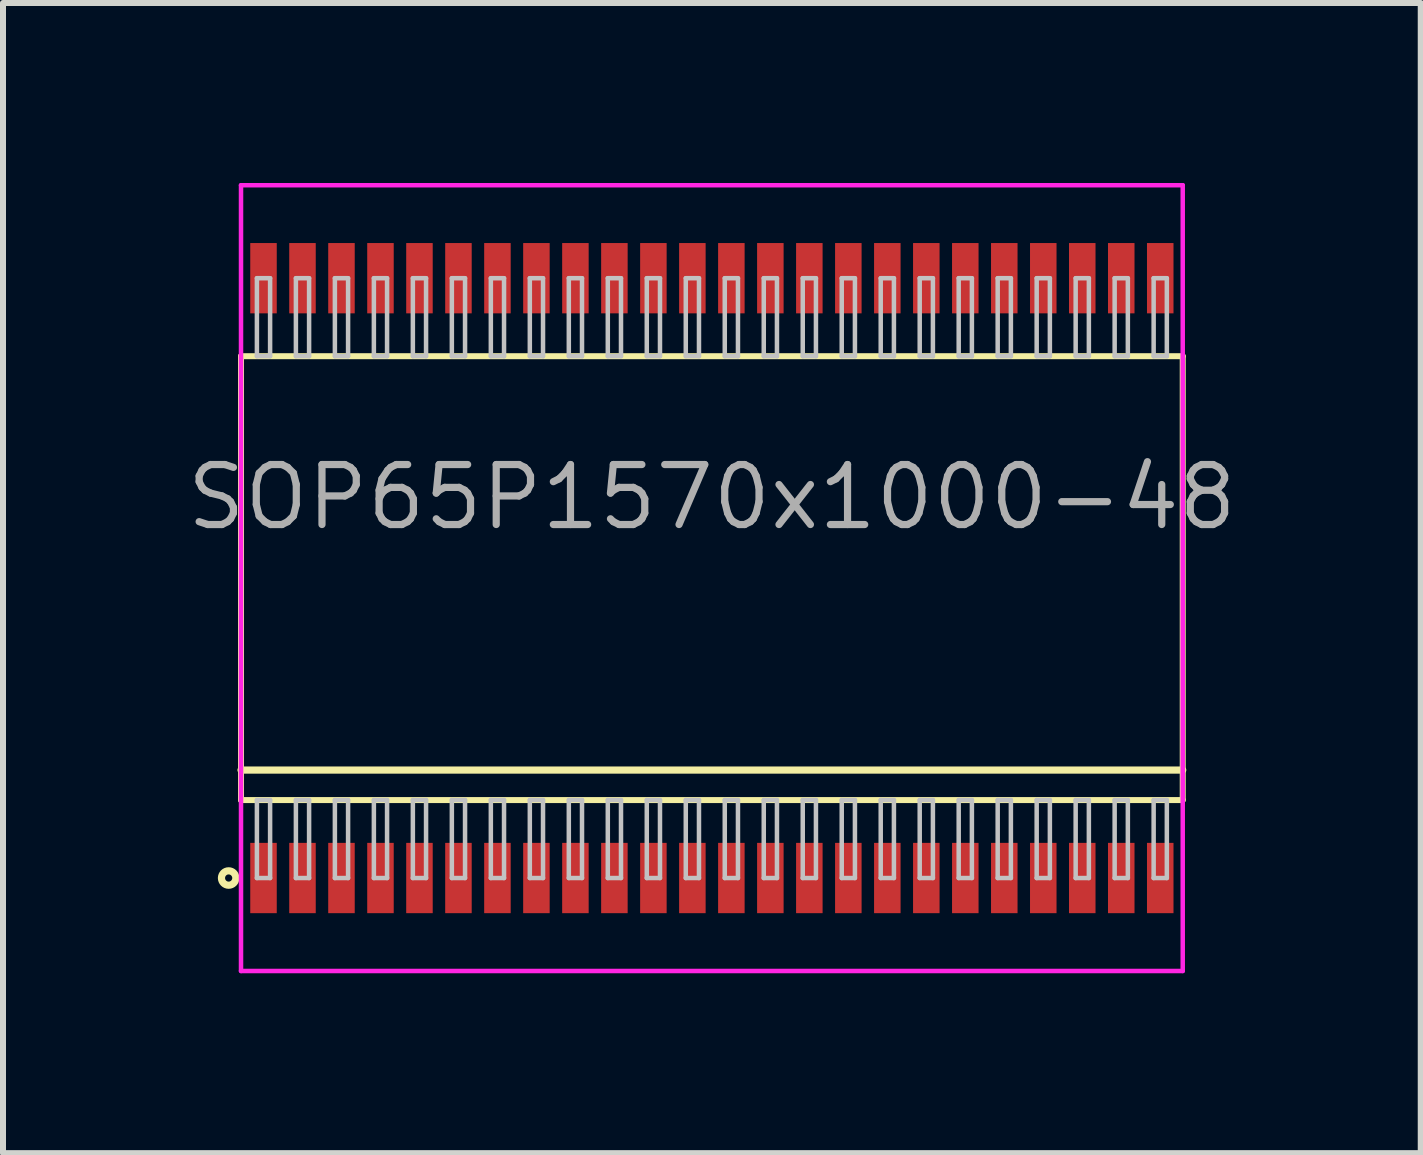
<source format=kicad_pcb>
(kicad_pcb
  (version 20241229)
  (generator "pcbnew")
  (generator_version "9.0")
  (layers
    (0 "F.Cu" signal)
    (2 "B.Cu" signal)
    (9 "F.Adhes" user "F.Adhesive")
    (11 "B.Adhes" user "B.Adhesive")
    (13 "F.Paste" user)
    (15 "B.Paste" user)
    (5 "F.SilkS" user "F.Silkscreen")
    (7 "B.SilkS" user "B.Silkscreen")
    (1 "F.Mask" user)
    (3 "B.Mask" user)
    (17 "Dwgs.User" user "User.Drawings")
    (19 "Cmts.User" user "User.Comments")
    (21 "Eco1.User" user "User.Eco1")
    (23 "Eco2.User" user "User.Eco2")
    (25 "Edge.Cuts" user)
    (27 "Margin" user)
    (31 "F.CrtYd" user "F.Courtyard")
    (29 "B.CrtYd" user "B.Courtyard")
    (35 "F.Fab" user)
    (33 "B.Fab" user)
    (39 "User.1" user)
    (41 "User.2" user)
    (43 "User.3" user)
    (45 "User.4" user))
  (footprint "SOP65P1570x1000-48"
    (layer "F.Cu")
    (at 8.818 6.588)
    (property "Reference" "SOP65P1570x1000-48" (at 0 -1.35 0) (layer "F.Fab") (effects (font (size 1 1) (thickness 0.12))))
    (attr through_hole)
    (fp_line (start -7.85 -3.7) (end -7.85 3.7) (stroke (width 0.1) (type solid)) (layer "F.SilkS"))
    (fp_line (start -7.85 3.2) (end 7.85 3.2) (stroke (width 0.12) (type solid)) (layer "F.SilkS"))
    (fp_line (start -7.85 3.7) (end 7.85 3.7) (stroke (width 0.1) (type solid)) (layer "F.SilkS"))
    (fp_line (start 7.85 -3.7) (end -7.85 -3.7) (stroke (width 0.1) (type solid)) (layer "F.SilkS"))
    (fp_line (start 7.85 3.7) (end 7.85 -3.7) (stroke (width 0.1) (type solid)) (layer "F.SilkS"))
    (fp_circle (center -8.056 5) (end -7.936 5) (stroke (width 0.12) (type solid)) (fill no) (layer "F.SilkS"))
    (fp_line (start -7.585 -5) (end -7.585 -3.7) (stroke (width 0.075) (type solid)) (layer "Dwgs.User"))
    (fp_line (start -7.585 -3.7) (end -7.365 -3.7) (stroke (width 0.075) (type solid)) (layer "Dwgs.User"))
    (fp_line (start -7.585 3.7) (end -7.365 3.7) (stroke (width 0.075) (type solid)) (layer "Dwgs.User"))
    (fp_line (start -7.585 5) (end -7.585 3.7) (stroke (width 0.075) (type solid)) (layer "Dwgs.User"))
    (fp_line (start -7.365 -5) (end -7.585 -5) (stroke (width 0.075) (type solid)) (layer "Dwgs.User"))
    (fp_line (start -7.365 -3.7) (end -7.365 -5) (stroke (width 0.075) (type solid)) (layer "Dwgs.User"))
    (fp_line (start -7.365 3.7) (end -7.365 5) (stroke (width 0.075) (type solid)) (layer "Dwgs.User"))
    (fp_line (start -7.365 5) (end -7.585 5) (stroke (width 0.075) (type solid)) (layer "Dwgs.User"))
    (fp_line (start -6.935 -5) (end -6.935 -3.7) (stroke (width 0.075) (type solid)) (layer "Dwgs.User"))
    (fp_line (start -6.935 -3.7) (end -6.715 -3.7) (stroke (width 0.075) (type solid)) (layer "Dwgs.User"))
    (fp_line (start -6.935 3.7) (end -6.715 3.7) (stroke (width 0.075) (type solid)) (layer "Dwgs.User"))
    (fp_line (start -6.935 5) (end -6.935 3.7) (stroke (width 0.075) (type solid)) (layer "Dwgs.User"))
    (fp_line (start -6.715 -5) (end -6.935 -5) (stroke (width 0.075) (type solid)) (layer "Dwgs.User"))
    (fp_line (start -6.715 -3.7) (end -6.715 -5) (stroke (width 0.075) (type solid)) (layer "Dwgs.User"))
    (fp_line (start -6.715 3.7) (end -6.715 5) (stroke (width 0.075) (type solid)) (layer "Dwgs.User"))
    (fp_line (start -6.715 5) (end -6.935 5) (stroke (width 0.075) (type solid)) (layer "Dwgs.User"))
    (fp_line (start -6.285 -5) (end -6.285 -3.7) (stroke (width 0.075) (type solid)) (layer "Dwgs.User"))
    (fp_line (start -6.285 -3.7) (end -6.065 -3.7) (stroke (width 0.075) (type solid)) (layer "Dwgs.User"))
    (fp_line (start -6.285 3.7) (end -6.065 3.7) (stroke (width 0.075) (type solid)) (layer "Dwgs.User"))
    (fp_line (start -6.285 5) (end -6.285 3.7) (stroke (width 0.075) (type solid)) (layer "Dwgs.User"))
    (fp_line (start -6.065 -5) (end -6.285 -5) (stroke (width 0.075) (type solid)) (layer "Dwgs.User"))
    (fp_line (start -6.065 -3.7) (end -6.065 -5) (stroke (width 0.075) (type solid)) (layer "Dwgs.User"))
    (fp_line (start -6.065 3.7) (end -6.065 5) (stroke (width 0.075) (type solid)) (layer "Dwgs.User"))
    (fp_line (start -6.065 5) (end -6.285 5) (stroke (width 0.075) (type solid)) (layer "Dwgs.User"))
    (fp_line (start -5.635 -5) (end -5.635 -3.7) (stroke (width 0.075) (type solid)) (layer "Dwgs.User"))
    (fp_line (start -5.635 -3.7) (end -5.415 -3.7) (stroke (width 0.075) (type solid)) (layer "Dwgs.User"))
    (fp_line (start -5.635 3.7) (end -5.415 3.7) (stroke (width 0.075) (type solid)) (layer "Dwgs.User"))
    (fp_line (start -5.635 5) (end -5.635 3.7) (stroke (width 0.075) (type solid)) (layer "Dwgs.User"))
    (fp_line (start -5.415 -5) (end -5.635 -5) (stroke (width 0.075) (type solid)) (layer "Dwgs.User"))
    (fp_line (start -5.415 -3.7) (end -5.415 -5) (stroke (width 0.075) (type solid)) (layer "Dwgs.User"))
    (fp_line (start -5.415 3.7) (end -5.415 5) (stroke (width 0.075) (type solid)) (layer "Dwgs.User"))
    (fp_line (start -5.415 5) (end -5.635 5) (stroke (width 0.075) (type solid)) (layer "Dwgs.User"))
    (fp_line (start -4.985 -5) (end -4.985 -3.7) (stroke (width 0.075) (type solid)) (layer "Dwgs.User"))
    (fp_line (start -4.985 -3.7) (end -4.765 -3.7) (stroke (width 0.075) (type solid)) (layer "Dwgs.User"))
    (fp_line (start -4.985 3.7) (end -4.765 3.7) (stroke (width 0.075) (type solid)) (layer "Dwgs.User"))
    (fp_line (start -4.985 5) (end -4.985 3.7) (stroke (width 0.075) (type solid)) (layer "Dwgs.User"))
    (fp_line (start -4.765 -5) (end -4.985 -5) (stroke (width 0.075) (type solid)) (layer "Dwgs.User"))
    (fp_line (start -4.765 -3.7) (end -4.765 -5) (stroke (width 0.075) (type solid)) (layer "Dwgs.User"))
    (fp_line (start -4.765 3.7) (end -4.765 5) (stroke (width 0.075) (type solid)) (layer "Dwgs.User"))
    (fp_line (start -4.765 5) (end -4.985 5) (stroke (width 0.075) (type solid)) (layer "Dwgs.User"))
    (fp_line (start -4.335 -5) (end -4.335 -3.7) (stroke (width 0.075) (type solid)) (layer "Dwgs.User"))
    (fp_line (start -4.335 -3.7) (end -4.115 -3.7) (stroke (width 0.075) (type solid)) (layer "Dwgs.User"))
    (fp_line (start -4.335 3.7) (end -4.115 3.7) (stroke (width 0.075) (type solid)) (layer "Dwgs.User"))
    (fp_line (start -4.335 5) (end -4.335 3.7) (stroke (width 0.075) (type solid)) (layer "Dwgs.User"))
    (fp_line (start -4.115 -5) (end -4.335 -5) (stroke (width 0.075) (type solid)) (layer "Dwgs.User"))
    (fp_line (start -4.115 -3.7) (end -4.115 -5) (stroke (width 0.075) (type solid)) (layer "Dwgs.User"))
    (fp_line (start -4.115 3.7) (end -4.115 5) (stroke (width 0.075) (type solid)) (layer "Dwgs.User"))
    (fp_line (start -4.115 5) (end -4.335 5) (stroke (width 0.075) (type solid)) (layer "Dwgs.User"))
    (fp_line (start -3.685 -5) (end -3.685 -3.7) (stroke (width 0.075) (type solid)) (layer "Dwgs.User"))
    (fp_line (start -3.685 -3.7) (end -3.465 -3.7) (stroke (width 0.075) (type solid)) (layer "Dwgs.User"))
    (fp_line (start -3.685 3.7) (end -3.465 3.7) (stroke (width 0.075) (type solid)) (layer "Dwgs.User"))
    (fp_line (start -3.685 5) (end -3.685 3.7) (stroke (width 0.075) (type solid)) (layer "Dwgs.User"))
    (fp_line (start -3.465 -5) (end -3.685 -5) (stroke (width 0.075) (type solid)) (layer "Dwgs.User"))
    (fp_line (start -3.465 -3.7) (end -3.465 -5) (stroke (width 0.075) (type solid)) (layer "Dwgs.User"))
    (fp_line (start -3.465 3.7) (end -3.465 5) (stroke (width 0.075) (type solid)) (layer "Dwgs.User"))
    (fp_line (start -3.465 5) (end -3.685 5) (stroke (width 0.075) (type solid)) (layer "Dwgs.User"))
    (fp_line (start -3.035 -5) (end -3.035 -3.7) (stroke (width 0.075) (type solid)) (layer "Dwgs.User"))
    (fp_line (start -3.035 -3.7) (end -2.815 -3.7) (stroke (width 0.075) (type solid)) (layer "Dwgs.User"))
    (fp_line (start -3.035 3.7) (end -2.815 3.7) (stroke (width 0.075) (type solid)) (layer "Dwgs.User"))
    (fp_line (start -3.035 5) (end -3.035 3.7) (stroke (width 0.075) (type solid)) (layer "Dwgs.User"))
    (fp_line (start -2.815 -5) (end -3.035 -5) (stroke (width 0.075) (type solid)) (layer "Dwgs.User"))
    (fp_line (start -2.815 -3.7) (end -2.815 -5) (stroke (width 0.075) (type solid)) (layer "Dwgs.User"))
    (fp_line (start -2.815 3.7) (end -2.815 5) (stroke (width 0.075) (type solid)) (layer "Dwgs.User"))
    (fp_line (start -2.815 5) (end -3.035 5) (stroke (width 0.075) (type solid)) (layer "Dwgs.User"))
    (fp_line (start -2.385 -5) (end -2.385 -3.7) (stroke (width 0.075) (type solid)) (layer "Dwgs.User"))
    (fp_line (start -2.385 -3.7) (end -2.165 -3.7) (stroke (width 0.075) (type solid)) (layer "Dwgs.User"))
    (fp_line (start -2.385 3.7) (end -2.165 3.7) (stroke (width 0.075) (type solid)) (layer "Dwgs.User"))
    (fp_line (start -2.385 5) (end -2.385 3.7) (stroke (width 0.075) (type solid)) (layer "Dwgs.User"))
    (fp_line (start -2.165 -5) (end -2.385 -5) (stroke (width 0.075) (type solid)) (layer "Dwgs.User"))
    (fp_line (start -2.165 -3.7) (end -2.165 -5) (stroke (width 0.075) (type solid)) (layer "Dwgs.User"))
    (fp_line (start -2.165 3.7) (end -2.165 5) (stroke (width 0.075) (type solid)) (layer "Dwgs.User"))
    (fp_line (start -2.165 5) (end -2.385 5) (stroke (width 0.075) (type solid)) (layer "Dwgs.User"))
    (fp_line (start -1.735 -5) (end -1.735 -3.7) (stroke (width 0.075) (type solid)) (layer "Dwgs.User"))
    (fp_line (start -1.735 -3.7) (end -1.515 -3.7) (stroke (width 0.075) (type solid)) (layer "Dwgs.User"))
    (fp_line (start -1.735 3.7) (end -1.515 3.7) (stroke (width 0.075) (type solid)) (layer "Dwgs.User"))
    (fp_line (start -1.735 5) (end -1.735 3.7) (stroke (width 0.075) (type solid)) (layer "Dwgs.User"))
    (fp_line (start -1.515 -5) (end -1.735 -5) (stroke (width 0.075) (type solid)) (layer "Dwgs.User"))
    (fp_line (start -1.515 -3.7) (end -1.515 -5) (stroke (width 0.075) (type solid)) (layer "Dwgs.User"))
    (fp_line (start -1.515 3.7) (end -1.515 5) (stroke (width 0.075) (type solid)) (layer "Dwgs.User"))
    (fp_line (start -1.515 5) (end -1.735 5) (stroke (width 0.075) (type solid)) (layer "Dwgs.User"))
    (fp_line (start -1.085 -5) (end -1.085 -3.7) (stroke (width 0.075) (type solid)) (layer "Dwgs.User"))
    (fp_line (start -1.085 -3.7) (end -0.865 -3.7) (stroke (width 0.075) (type solid)) (layer "Dwgs.User"))
    (fp_line (start -1.085 3.7) (end -0.865 3.7) (stroke (width 0.075) (type solid)) (layer "Dwgs.User"))
    (fp_line (start -1.085 5) (end -1.085 3.7) (stroke (width 0.075) (type solid)) (layer "Dwgs.User"))
    (fp_line (start -0.865 -5) (end -1.085 -5) (stroke (width 0.075) (type solid)) (layer "Dwgs.User"))
    (fp_line (start -0.865 -3.7) (end -0.865 -5) (stroke (width 0.075) (type solid)) (layer "Dwgs.User"))
    (fp_line (start -0.865 3.7) (end -0.865 5) (stroke (width 0.075) (type solid)) (layer "Dwgs.User"))
    (fp_line (start -0.865 5) (end -1.085 5) (stroke (width 0.075) (type solid)) (layer "Dwgs.User"))
    (fp_line (start -0.435 -5) (end -0.435 -3.7) (stroke (width 0.075) (type solid)) (layer "Dwgs.User"))
    (fp_line (start -0.435 -3.7) (end -0.215 -3.7) (stroke (width 0.075) (type solid)) (layer "Dwgs.User"))
    (fp_line (start -0.435 3.7) (end -0.215 3.7) (stroke (width 0.075) (type solid)) (layer "Dwgs.User"))
    (fp_line (start -0.435 5) (end -0.435 3.7) (stroke (width 0.075) (type solid)) (layer "Dwgs.User"))
    (fp_line (start -0.215 -5) (end -0.435 -5) (stroke (width 0.075) (type solid)) (layer "Dwgs.User"))
    (fp_line (start -0.215 -3.7) (end -0.215 -5) (stroke (width 0.075) (type solid)) (layer "Dwgs.User"))
    (fp_line (start -0.215 3.7) (end -0.215 5) (stroke (width 0.075) (type solid)) (layer "Dwgs.User"))
    (fp_line (start -0.215 5) (end -0.435 5) (stroke (width 0.075) (type solid)) (layer "Dwgs.User"))
    (fp_line (start 0.215 -5) (end 0.215 -3.7) (stroke (width 0.075) (type solid)) (layer "Dwgs.User"))
    (fp_line (start 0.215 -3.7) (end 0.435 -3.7) (stroke (width 0.075) (type solid)) (layer "Dwgs.User"))
    (fp_line (start 0.215 3.7) (end 0.435 3.7) (stroke (width 0.075) (type solid)) (layer "Dwgs.User"))
    (fp_line (start 0.215 5) (end 0.215 3.7) (stroke (width 0.075) (type solid)) (layer "Dwgs.User"))
    (fp_line (start 0.435 -5) (end 0.215 -5) (stroke (width 0.075) (type solid)) (layer "Dwgs.User"))
    (fp_line (start 0.435 -3.7) (end 0.435 -5) (stroke (width 0.075) (type solid)) (layer "Dwgs.User"))
    (fp_line (start 0.435 3.7) (end 0.435 5) (stroke (width 0.075) (type solid)) (layer "Dwgs.User"))
    (fp_line (start 0.435 5) (end 0.215 5) (stroke (width 0.075) (type solid)) (layer "Dwgs.User"))
    (fp_line (start 0.865 -5) (end 0.865 -3.7) (stroke (width 0.075) (type solid)) (layer "Dwgs.User"))
    (fp_line (start 0.865 -3.7) (end 1.085 -3.7) (stroke (width 0.075) (type solid)) (layer "Dwgs.User"))
    (fp_line (start 0.865 3.7) (end 1.085 3.7) (stroke (width 0.075) (type solid)) (layer "Dwgs.User"))
    (fp_line (start 0.865 5) (end 0.865 3.7) (stroke (width 0.075) (type solid)) (layer "Dwgs.User"))
    (fp_line (start 1.085 -5) (end 0.865 -5) (stroke (width 0.075) (type solid)) (layer "Dwgs.User"))
    (fp_line (start 1.085 -3.7) (end 1.085 -5) (stroke (width 0.075) (type solid)) (layer "Dwgs.User"))
    (fp_line (start 1.085 3.7) (end 1.085 5) (stroke (width 0.075) (type solid)) (layer "Dwgs.User"))
    (fp_line (start 1.085 5) (end 0.865 5) (stroke (width 0.075) (type solid)) (layer "Dwgs.User"))
    (fp_line (start 1.515 -5) (end 1.515 -3.7) (stroke (width 0.075) (type solid)) (layer "Dwgs.User"))
    (fp_line (start 1.515 -3.7) (end 1.735 -3.7) (stroke (width 0.075) (type solid)) (layer "Dwgs.User"))
    (fp_line (start 1.515 3.7) (end 1.735 3.7) (stroke (width 0.075) (type solid)) (layer "Dwgs.User"))
    (fp_line (start 1.515 5) (end 1.515 3.7) (stroke (width 0.075) (type solid)) (layer "Dwgs.User"))
    (fp_line (start 1.735 -5) (end 1.515 -5) (stroke (width 0.075) (type solid)) (layer "Dwgs.User"))
    (fp_line (start 1.735 -3.7) (end 1.735 -5) (stroke (width 0.075) (type solid)) (layer "Dwgs.User"))
    (fp_line (start 1.735 3.7) (end 1.735 5) (stroke (width 0.075) (type solid)) (layer "Dwgs.User"))
    (fp_line (start 1.735 5) (end 1.515 5) (stroke (width 0.075) (type solid)) (layer "Dwgs.User"))
    (fp_line (start 2.165 -5) (end 2.165 -3.7) (stroke (width 0.075) (type solid)) (layer "Dwgs.User"))
    (fp_line (start 2.165 -3.7) (end 2.385 -3.7) (stroke (width 0.075) (type solid)) (layer "Dwgs.User"))
    (fp_line (start 2.165 3.7) (end 2.385 3.7) (stroke (width 0.075) (type solid)) (layer "Dwgs.User"))
    (fp_line (start 2.165 5) (end 2.165 3.7) (stroke (width 0.075) (type solid)) (layer "Dwgs.User"))
    (fp_line (start 2.385 -5) (end 2.165 -5) (stroke (width 0.075) (type solid)) (layer "Dwgs.User"))
    (fp_line (start 2.385 -3.7) (end 2.385 -5) (stroke (width 0.075) (type solid)) (layer "Dwgs.User"))
    (fp_line (start 2.385 3.7) (end 2.385 5) (stroke (width 0.075) (type solid)) (layer "Dwgs.User"))
    (fp_line (start 2.385 5) (end 2.165 5) (stroke (width 0.075) (type solid)) (layer "Dwgs.User"))
    (fp_line (start 2.815 -5) (end 2.815 -3.7) (stroke (width 0.075) (type solid)) (layer "Dwgs.User"))
    (fp_line (start 2.815 -3.7) (end 3.035 -3.7) (stroke (width 0.075) (type solid)) (layer "Dwgs.User"))
    (fp_line (start 2.815 3.7) (end 3.035 3.7) (stroke (width 0.075) (type solid)) (layer "Dwgs.User"))
    (fp_line (start 2.815 5) (end 2.815 3.7) (stroke (width 0.075) (type solid)) (layer "Dwgs.User"))
    (fp_line (start 3.035 -5) (end 2.815 -5) (stroke (width 0.075) (type solid)) (layer "Dwgs.User"))
    (fp_line (start 3.035 -3.7) (end 3.035 -5) (stroke (width 0.075) (type solid)) (layer "Dwgs.User"))
    (fp_line (start 3.035 3.7) (end 3.035 5) (stroke (width 0.075) (type solid)) (layer "Dwgs.User"))
    (fp_line (start 3.035 5) (end 2.815 5) (stroke (width 0.075) (type solid)) (layer "Dwgs.User"))
    (fp_line (start 3.465 -5) (end 3.465 -3.7) (stroke (width 0.075) (type solid)) (layer "Dwgs.User"))
    (fp_line (start 3.465 -3.7) (end 3.685 -3.7) (stroke (width 0.075) (type solid)) (layer "Dwgs.User"))
    (fp_line (start 3.465 3.7) (end 3.685 3.7) (stroke (width 0.075) (type solid)) (layer "Dwgs.User"))
    (fp_line (start 3.465 5) (end 3.465 3.7) (stroke (width 0.075) (type solid)) (layer "Dwgs.User"))
    (fp_line (start 3.685 -5) (end 3.465 -5) (stroke (width 0.075) (type solid)) (layer "Dwgs.User"))
    (fp_line (start 3.685 -3.7) (end 3.685 -5) (stroke (width 0.075) (type solid)) (layer "Dwgs.User"))
    (fp_line (start 3.685 3.7) (end 3.685 5) (stroke (width 0.075) (type solid)) (layer "Dwgs.User"))
    (fp_line (start 3.685 5) (end 3.465 5) (stroke (width 0.075) (type solid)) (layer "Dwgs.User"))
    (fp_line (start 4.115 -5) (end 4.115 -3.7) (stroke (width 0.075) (type solid)) (layer "Dwgs.User"))
    (fp_line (start 4.115 -3.7) (end 4.335 -3.7) (stroke (width 0.075) (type solid)) (layer "Dwgs.User"))
    (fp_line (start 4.115 3.7) (end 4.335 3.7) (stroke (width 0.075) (type solid)) (layer "Dwgs.User"))
    (fp_line (start 4.115 5) (end 4.115 3.7) (stroke (width 0.075) (type solid)) (layer "Dwgs.User"))
    (fp_line (start 4.335 -5) (end 4.115 -5) (stroke (width 0.075) (type solid)) (layer "Dwgs.User"))
    (fp_line (start 4.335 -3.7) (end 4.335 -5) (stroke (width 0.075) (type solid)) (layer "Dwgs.User"))
    (fp_line (start 4.335 3.7) (end 4.335 5) (stroke (width 0.075) (type solid)) (layer "Dwgs.User"))
    (fp_line (start 4.335 5) (end 4.115 5) (stroke (width 0.075) (type solid)) (layer "Dwgs.User"))
    (fp_line (start 4.765 -5) (end 4.765 -3.7) (stroke (width 0.075) (type solid)) (layer "Dwgs.User"))
    (fp_line (start 4.765 -3.7) (end 4.985 -3.7) (stroke (width 0.075) (type solid)) (layer "Dwgs.User"))
    (fp_line (start 4.765 3.7) (end 4.985 3.7) (stroke (width 0.075) (type solid)) (layer "Dwgs.User"))
    (fp_line (start 4.765 5) (end 4.765 3.7) (stroke (width 0.075) (type solid)) (layer "Dwgs.User"))
    (fp_line (start 4.985 -5) (end 4.765 -5) (stroke (width 0.075) (type solid)) (layer "Dwgs.User"))
    (fp_line (start 4.985 -3.7) (end 4.985 -5) (stroke (width 0.075) (type solid)) (layer "Dwgs.User"))
    (fp_line (start 4.985 3.7) (end 4.985 5) (stroke (width 0.075) (type solid)) (layer "Dwgs.User"))
    (fp_line (start 4.985 5) (end 4.765 5) (stroke (width 0.075) (type solid)) (layer "Dwgs.User"))
    (fp_line (start 5.415 -5) (end 5.415 -3.7) (stroke (width 0.075) (type solid)) (layer "Dwgs.User"))
    (fp_line (start 5.415 -3.7) (end 5.635 -3.7) (stroke (width 0.075) (type solid)) (layer "Dwgs.User"))
    (fp_line (start 5.415 3.7) (end 5.635 3.7) (stroke (width 0.075) (type solid)) (layer "Dwgs.User"))
    (fp_line (start 5.415 5) (end 5.415 3.7) (stroke (width 0.075) (type solid)) (layer "Dwgs.User"))
    (fp_line (start 5.635 -5) (end 5.415 -5) (stroke (width 0.075) (type solid)) (layer "Dwgs.User"))
    (fp_line (start 5.635 -3.7) (end 5.635 -5) (stroke (width 0.075) (type solid)) (layer "Dwgs.User"))
    (fp_line (start 5.635 3.7) (end 5.635 5) (stroke (width 0.075) (type solid)) (layer "Dwgs.User"))
    (fp_line (start 5.635 5) (end 5.415 5) (stroke (width 0.075) (type solid)) (layer "Dwgs.User"))
    (fp_line (start 6.065 -5) (end 6.065 -3.7) (stroke (width 0.075) (type solid)) (layer "Dwgs.User"))
    (fp_line (start 6.065 -3.7) (end 6.285 -3.7) (stroke (width 0.075) (type solid)) (layer "Dwgs.User"))
    (fp_line (start 6.065 3.7) (end 6.285 3.7) (stroke (width 0.075) (type solid)) (layer "Dwgs.User"))
    (fp_line (start 6.065 5) (end 6.065 3.7) (stroke (width 0.075) (type solid)) (layer "Dwgs.User"))
    (fp_line (start 6.285 -5) (end 6.065 -5) (stroke (width 0.075) (type solid)) (layer "Dwgs.User"))
    (fp_line (start 6.285 -3.7) (end 6.285 -5) (stroke (width 0.075) (type solid)) (layer "Dwgs.User"))
    (fp_line (start 6.285 3.7) (end 6.285 5) (stroke (width 0.075) (type solid)) (layer "Dwgs.User"))
    (fp_line (start 6.285 5) (end 6.065 5) (stroke (width 0.075) (type solid)) (layer "Dwgs.User"))
    (fp_line (start 6.715 -5) (end 6.715 -3.7) (stroke (width 0.075) (type solid)) (layer "Dwgs.User"))
    (fp_line (start 6.715 -3.7) (end 6.935 -3.7) (stroke (width 0.075) (type solid)) (layer "Dwgs.User"))
    (fp_line (start 6.715 3.7) (end 6.935 3.7) (stroke (width 0.075) (type solid)) (layer "Dwgs.User"))
    (fp_line (start 6.715 5) (end 6.715 3.7) (stroke (width 0.075) (type solid)) (layer "Dwgs.User"))
    (fp_line (start 6.935 -5) (end 6.715 -5) (stroke (width 0.075) (type solid)) (layer "Dwgs.User"))
    (fp_line (start 6.935 -3.7) (end 6.935 -5) (stroke (width 0.075) (type solid)) (layer "Dwgs.User"))
    (fp_line (start 6.935 3.7) (end 6.935 5) (stroke (width 0.075) (type solid)) (layer "Dwgs.User"))
    (fp_line (start 6.935 5) (end 6.715 5) (stroke (width 0.075) (type solid)) (layer "Dwgs.User"))
    (fp_line (start 7.365 -5) (end 7.365 -3.7) (stroke (width 0.075) (type solid)) (layer "Dwgs.User"))
    (fp_line (start 7.365 -3.7) (end 7.585 -3.7) (stroke (width 0.075) (type solid)) (layer "Dwgs.User"))
    (fp_line (start 7.365 3.7) (end 7.585 3.7) (stroke (width 0.075) (type solid)) (layer "Dwgs.User"))
    (fp_line (start 7.365 5) (end 7.365 3.7) (stroke (width 0.075) (type solid)) (layer "Dwgs.User"))
    (fp_line (start 7.585 -5) (end 7.365 -5) (stroke (width 0.075) (type solid)) (layer "Dwgs.User"))
    (fp_line (start 7.585 -3.7) (end 7.585 -5) (stroke (width 0.075) (type solid)) (layer "Dwgs.User"))
    (fp_line (start 7.585 3.7) (end 7.585 5) (stroke (width 0.075) (type solid)) (layer "Dwgs.User"))
    (fp_line (start 7.585 5) (end 7.365 5) (stroke (width 0.075) (type solid)) (layer "Dwgs.User"))
    (fp_line (start -0.75 0) (end 0.75 0) (stroke (width 0.12) (type solid)) (layer "Eco1.User"))
    (fp_line (start 0 -0.75) (end 0 0.75) (stroke (width 0.12) (type solid)) (layer "Eco1.User"))
    (fp_circle (center 0 0) (end 0.5 0) (stroke (width 0.12) (type solid)) (fill no) (layer "Eco1.User"))
    (fp_line (start -7.85 -6.55) (end -7.85 6.55) (stroke (width 0.075) (type solid)) (layer "F.CrtYd"))
    (fp_line (start -7.85 6.55) (end 7.85 6.55) (stroke (width 0.075) (type solid)) (layer "F.CrtYd"))
    (fp_line (start 7.85 -6.55) (end -7.85 -6.55) (stroke (width 0.075) (type solid)) (layer "F.CrtYd"))
    (fp_line (start 7.85 6.55) (end 7.85 -6.55) (stroke (width 0.075) (type solid)) (layer "F.CrtYd"))
    (pad "1" smd rect (at -7.475 5) (size 0.442 1.172) (layers "F.Cu" "F.Mask" "F.Paste"))
    (pad "2" smd rect (at -6.825 5) (size 0.442 1.172) (layers "F.Cu" "F.Mask" "F.Paste"))
    (pad "3" smd rect (at -6.175 5) (size 0.442 1.172) (layers "F.Cu" "F.Mask" "F.Paste"))
    (pad "4" smd rect (at -5.525 5) (size 0.442 1.172) (layers "F.Cu" "F.Mask" "F.Paste"))
    (pad "5" smd rect (at -4.875 5) (size 0.442 1.172) (layers "F.Cu" "F.Mask" "F.Paste"))
    (pad "6" smd rect (at -4.225 5) (size 0.442 1.172) (layers "F.Cu" "F.Mask" "F.Paste"))
    (pad "7" smd rect (at -3.575 5) (size 0.442 1.172) (layers "F.Cu" "F.Mask" "F.Paste"))
    (pad "8" smd rect (at -2.925 5) (size 0.442 1.172) (layers "F.Cu" "F.Mask" "F.Paste"))
    (pad "9" smd rect (at -2.275 5) (size 0.442 1.172) (layers "F.Cu" "F.Mask" "F.Paste"))
    (pad "10" smd rect (at -1.625 5) (size 0.442 1.172) (layers "F.Cu" "F.Mask" "F.Paste"))
    (pad "11" smd rect (at -0.975 5) (size 0.442 1.172) (layers "F.Cu" "F.Mask" "F.Paste"))
    (pad "12" smd rect (at -0.325 5) (size 0.442 1.172) (layers "F.Cu" "F.Mask" "F.Paste"))
    (pad "13" smd rect (at 0.325 5) (size 0.442 1.172) (layers "F.Cu" "F.Mask" "F.Paste"))
    (pad "14" smd rect (at 0.975 5) (size 0.442 1.172) (layers "F.Cu" "F.Mask" "F.Paste"))
    (pad "15" smd rect (at 1.625 5) (size 0.442 1.172) (layers "F.Cu" "F.Mask" "F.Paste"))
    (pad "16" smd rect (at 2.275 5) (size 0.442 1.172) (layers "F.Cu" "F.Mask" "F.Paste"))
    (pad "17" smd rect (at 2.925 5) (size 0.442 1.172) (layers "F.Cu" "F.Mask" "F.Paste"))
    (pad "18" smd rect (at 3.575 5) (size 0.442 1.172) (layers "F.Cu" "F.Mask" "F.Paste"))
    (pad "19" smd rect (at 4.225 5) (size 0.442 1.172) (layers "F.Cu" "F.Mask" "F.Paste"))
    (pad "20" smd rect (at 4.875 5) (size 0.442 1.172) (layers "F.Cu" "F.Mask" "F.Paste"))
    (pad "21" smd rect (at 5.525 5) (size 0.442 1.172) (layers "F.Cu" "F.Mask" "F.Paste"))
    (pad "22" smd rect (at 6.175 5) (size 0.442 1.172) (layers "F.Cu" "F.Mask" "F.Paste"))
    (pad "23" smd rect (at 6.825 5) (size 0.442 1.172) (layers "F.Cu" "F.Mask" "F.Paste"))
    (pad "24" smd rect (at 7.475 5) (size 0.442 1.172) (layers "F.Cu" "F.Mask" "F.Paste"))
    (pad "25" smd rect (at 7.475 -5) (size 0.442 1.172) (layers "F.Cu" "F.Mask" "F.Paste"))
    (pad "26" smd rect (at 6.825 -5) (size 0.442 1.172) (layers "F.Cu" "F.Mask" "F.Paste"))
    (pad "27" smd rect (at 6.175 -5) (size 0.442 1.172) (layers "F.Cu" "F.Mask" "F.Paste"))
    (pad "28" smd rect (at 5.525 -5) (size 0.442 1.172) (layers "F.Cu" "F.Mask" "F.Paste"))
    (pad "29" smd rect (at 4.875 -5) (size 0.442 1.172) (layers "F.Cu" "F.Mask" "F.Paste"))
    (pad "30" smd rect (at 4.225 -5) (size 0.442 1.172) (layers "F.Cu" "F.Mask" "F.Paste"))
    (pad "31" smd rect (at 3.575 -5) (size 0.442 1.172) (layers "F.Cu" "F.Mask" "F.Paste"))
    (pad "32" smd rect (at 2.925 -5) (size 0.442 1.172) (layers "F.Cu" "F.Mask" "F.Paste"))
    (pad "33" smd rect (at 2.275 -5) (size 0.442 1.172) (layers "F.Cu" "F.Mask" "F.Paste"))
    (pad "34" smd rect (at 1.625 -5) (size 0.442 1.172) (layers "F.Cu" "F.Mask" "F.Paste"))
    (pad "35" smd rect (at 0.975 -5) (size 0.442 1.172) (layers "F.Cu" "F.Mask" "F.Paste"))
    (pad "36" smd rect (at 0.325 -5) (size 0.442 1.172) (layers "F.Cu" "F.Mask" "F.Paste"))
    (pad "37" smd rect (at -0.325 -5) (size 0.442 1.172) (layers "F.Cu" "F.Mask" "F.Paste"))
    (pad "38" smd rect (at -0.975 -5) (size 0.442 1.172) (layers "F.Cu" "F.Mask" "F.Paste"))
    (pad "39" smd rect (at -1.625 -5) (size 0.442 1.172) (layers "F.Cu" "F.Mask" "F.Paste"))
    (pad "40" smd rect (at -2.275 -5) (size 0.442 1.172) (layers "F.Cu" "F.Mask" "F.Paste"))
    (pad "41" smd rect (at -2.925 -5) (size 0.442 1.172) (layers "F.Cu" "F.Mask" "F.Paste"))
    (pad "42" smd rect (at -3.575 -5) (size 0.442 1.172) (layers "F.Cu" "F.Mask" "F.Paste"))
    (pad "43" smd rect (at -4.225 -5) (size 0.442 1.172) (layers "F.Cu" "F.Mask" "F.Paste"))
    (pad "44" smd rect (at -4.875 -5) (size 0.442 1.172) (layers "F.Cu" "F.Mask" "F.Paste"))
    (pad "45" smd rect (at -5.525 -5) (size 0.442 1.172) (layers "F.Cu" "F.Mask" "F.Paste"))
    (pad "46" smd rect (at -6.175 -5) (size 0.442 1.172) (layers "F.Cu" "F.Mask" "F.Paste"))
    (pad "47" smd rect (at -6.825 -5) (size 0.442 1.172) (layers "F.Cu" "F.Mask" "F.Paste"))
    (pad "48" smd rect (at -7.475 -5) (size 0.442 1.172) (layers "F.Cu" "F.Mask" "F.Paste")))
  (gr_rect
    (start -3 -3)
    (end 20.636 16.175)
    (stroke (width 0.1) (type default))
    (fill no)
    (layer "Edge.Cuts")))
</source>
